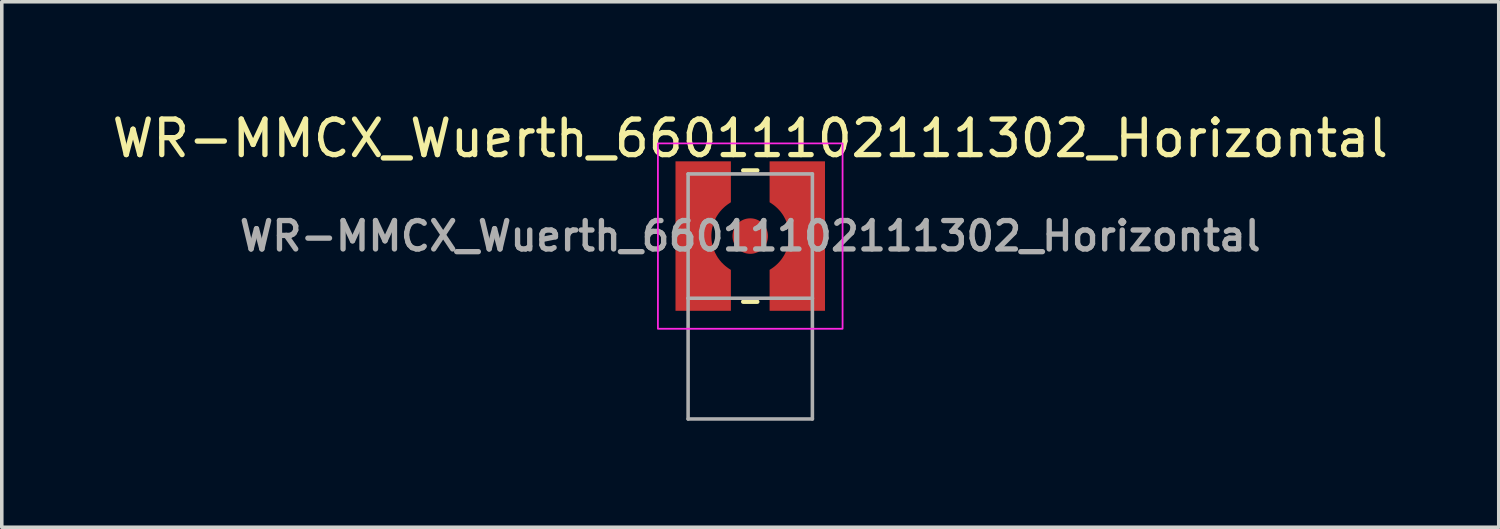
<source format=kicad_pcb>
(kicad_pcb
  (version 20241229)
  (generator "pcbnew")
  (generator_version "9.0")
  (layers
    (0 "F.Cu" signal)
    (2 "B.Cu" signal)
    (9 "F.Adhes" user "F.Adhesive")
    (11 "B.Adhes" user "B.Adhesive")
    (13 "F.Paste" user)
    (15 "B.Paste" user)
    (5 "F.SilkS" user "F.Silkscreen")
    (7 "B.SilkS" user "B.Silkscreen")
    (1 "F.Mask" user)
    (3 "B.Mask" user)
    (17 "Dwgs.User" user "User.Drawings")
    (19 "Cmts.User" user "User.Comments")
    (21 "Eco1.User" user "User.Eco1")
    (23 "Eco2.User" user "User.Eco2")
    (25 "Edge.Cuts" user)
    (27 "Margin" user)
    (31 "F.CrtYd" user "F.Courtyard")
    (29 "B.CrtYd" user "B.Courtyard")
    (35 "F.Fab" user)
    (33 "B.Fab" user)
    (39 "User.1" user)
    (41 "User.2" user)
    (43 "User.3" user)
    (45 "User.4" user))
  (footprint "WR-MMCX_Wuerth_66011102111302_Horizontal"
    (layer "F.Cu")
    (at 18.077 3.598)
    (property "Reference" "WR-MMCX_Wuerth_66011102111302_Horizontal" (at 0 -2.75 0) (unlocked yes) (layer "F.SilkS") (effects (font (size 1 1) (thickness 0.15))))
    (attr smd)
    (fp_line (start -0.2 -1.85) (end 0.2 -1.85) (stroke (width 0.12) (type solid)) (layer "F.SilkS"))
    (fp_line (start 0.2 1.85) (end -0.2 1.85) (stroke (width 0.12) (type solid)) (layer "F.SilkS"))
    (fp_rect (start -2.6 -2.61) (end 2.6 2.61) (stroke (width 0.05) (type default)) (fill no) (layer "F.CrtYd"))
    (fp_line (start -1.75 -1.75) (end 1.75 -1.75) (stroke (width 0.1) (type solid)) (layer "F.Fab"))
    (fp_line (start -1.75 1.75) (end -1.75 -1.75) (stroke (width 0.1) (type solid)) (layer "F.Fab"))
    (fp_line (start -1.75 1.75) (end -1.75 5.15) (stroke (width 0.1) (type solid)) (layer "F.Fab"))
    (fp_line (start -1.75 5.15) (end 1.75 5.15) (stroke (width 0.1) (type solid)) (layer "F.Fab"))
    (fp_line (start 1.75 -1.75) (end 1.75 1.75) (stroke (width 0.1) (type solid)) (layer "F.Fab"))
    (fp_line (start 1.75 1.75) (end -1.75 1.75) (stroke (width 0.1) (type solid)) (layer "F.Fab"))
    (fp_line (start 1.75 5.15) (end 1.75 1.75) (stroke (width 0.1) (type solid)) (layer "F.Fab"))
    (fp_text user "${REFERENCE}" (at 0 0 0) (unlocked yes) (layer "F.Fab") (effects (font (size 0.8 0.8) (thickness 0.15))))
    (pad "" smd custom (at -1.6 -1.6 270) (size 0.5 0.5) (layers "F.Paste") (options (anchor rect)) (primitives (gr_poly (pts (xy -0.5 -1.05) (xy -0.5 0.5) (xy 1.05 0.5) (xy 1.05 -0.645) (xy 0.995 -0.68) (xy 0.94 -0.72) (xy 0.895 -0.755) (xy 0.845 -0.8) (xy 0.785 -0.86) (xy 0.735 -0.92) (xy 0.68 -0.995) (xy 0.65 -1.045) (xy 0.645 -1.05)) (width 0.01) (fill yes))))
    (pad "" smd custom (at -1.6 1.6) (size 0.5 0.5) (layers "F.Paste") (options (anchor rect)) (primitives (gr_poly (pts (xy -0.5 -1.05) (xy -0.5 0.5) (xy 1.05 0.5) (xy 1.05 -0.645) (xy 0.995 -0.68) (xy 0.94 -0.72) (xy 0.895 -0.755) (xy 0.845 -0.8) (xy 0.785 -0.86) (xy 0.735 -0.92) (xy 0.68 -0.995) (xy 0.65 -1.045) (xy 0.645 -1.05)) (width 0.01) (fill yes))))
    (pad "" smd custom (at 1.6 -1.6 180) (size 0.5 0.5) (layers "F.Paste") (options (anchor rect)) (primitives (gr_poly (pts (xy -0.5 -1.05) (xy -0.5 0.5) (xy 1.05 0.5) (xy 1.05 -0.645) (xy 0.995 -0.68) (xy 0.94 -0.72) (xy 0.895 -0.755) (xy 0.845 -0.8) (xy 0.785 -0.86) (xy 0.735 -0.92) (xy 0.68 -0.995) (xy 0.65 -1.045) (xy 0.645 -1.05)) (width 0.01) (fill yes))))
    (pad "" smd custom (at 1.6 1.6 90) (size 0.5 0.5) (layers "F.Paste") (options (anchor rect)) (primitives (gr_poly (pts (xy -0.5 -1.05) (xy -0.5 0.5) (xy 1.05 0.5) (xy 1.05 -0.645) (xy 0.995 -0.68) (xy 0.94 -0.72) (xy 0.895 -0.755) (xy 0.845 -0.8) (xy 0.785 -0.86) (xy 0.735 -0.92) (xy 0.68 -0.995) (xy 0.65 -1.045) (xy 0.645 -1.05)) (width 0.01) (fill yes))))
    (pad "1" smd circle (at 0 0) (size 1 1) (layers "F.Cu" "F.Mask" "F.Paste"))
    (pad "2" smd custom (at -1.6 0) (size 0.5 0.5) (layers "F.Cu" "F.Mask") (options (anchor rect)) (primitives (gr_poly (pts (xy 1.05 -0.955) (xy 1.05 -2.1) (xy -0.5 -2.1) (xy -0.5 2.1) (xy 1.05 2.1) (xy 1.05 0.955) (xy 0.995 0.92) (xy 0.94 0.88) (xy 0.895 0.845) (xy 0.845 0.8) (xy 0.785 0.74) (xy 0.735 0.68) (xy 0.68 0.605) (xy 0.65 0.555) (xy 0.605 0.47) (xy 0.575 0.4) (xy 0.545 0.315) (xy 0.53 0.255) (xy 0.515 0.18) (xy 0.505 0.11) (xy 0.5 0.03) (xy 0.5 -0.03) (xy 0.505 -0.11) (xy 0.515 -0.18) (xy 0.53 -0.255) (xy 0.55 -0.33) (xy 0.575 -0.4) (xy 0.61 -0.48) (xy 0.635 -0.53) (xy 0.665 -0.58) (xy 0.705 -0.64) (xy 0.735 -0.68) (xy 0.76 -0.71) (xy 0.795 -0.75) (xy 0.84 -0.795) (xy 0.89 -0.84) (xy 0.94 -0.88) (xy 0.975 -0.905) (xy 1.02 -0.935)) (width 0.01) (fill yes))))
    (pad "2" smd custom (at 1.6 0 180) (size 0.5 0.5) (layers "F.Cu" "F.Mask") (options (anchor rect)) (primitives (gr_poly (pts (xy 1.05 -0.955) (xy 1.05 -2.1) (xy -0.5 -2.1) (xy -0.5 2.1) (xy 1.05 2.1) (xy 1.05 0.955) (xy 0.995 0.92) (xy 0.94 0.88) (xy 0.895 0.845) (xy 0.845 0.8) (xy 0.785 0.74) (xy 0.735 0.68) (xy 0.68 0.605) (xy 0.65 0.555) (xy 0.605 0.47) (xy 0.575 0.4) (xy 0.545 0.315) (xy 0.53 0.255) (xy 0.515 0.18) (xy 0.505 0.11) (xy 0.5 0.03) (xy 0.5 -0.03) (xy 0.505 -0.11) (xy 0.515 -0.18) (xy 0.53 -0.255) (xy 0.55 -0.33) (xy 0.575 -0.4) (xy 0.61 -0.48) (xy 0.635 -0.53) (xy 0.665 -0.58) (xy 0.705 -0.64) (xy 0.735 -0.68) (xy 0.76 -0.71) (xy 0.795 -0.75) (xy 0.84 -0.795) (xy 0.89 -0.84) (xy 0.94 -0.88) (xy 0.975 -0.905) (xy 1.02 -0.935)) (width 0.01) (fill yes)))))
  (gr_rect
    (start -3 -3)
    (end 39.155 11.798)
    (stroke (width 0.1) (type default))
    (fill no)
    (layer "Edge.Cuts")))
</source>
